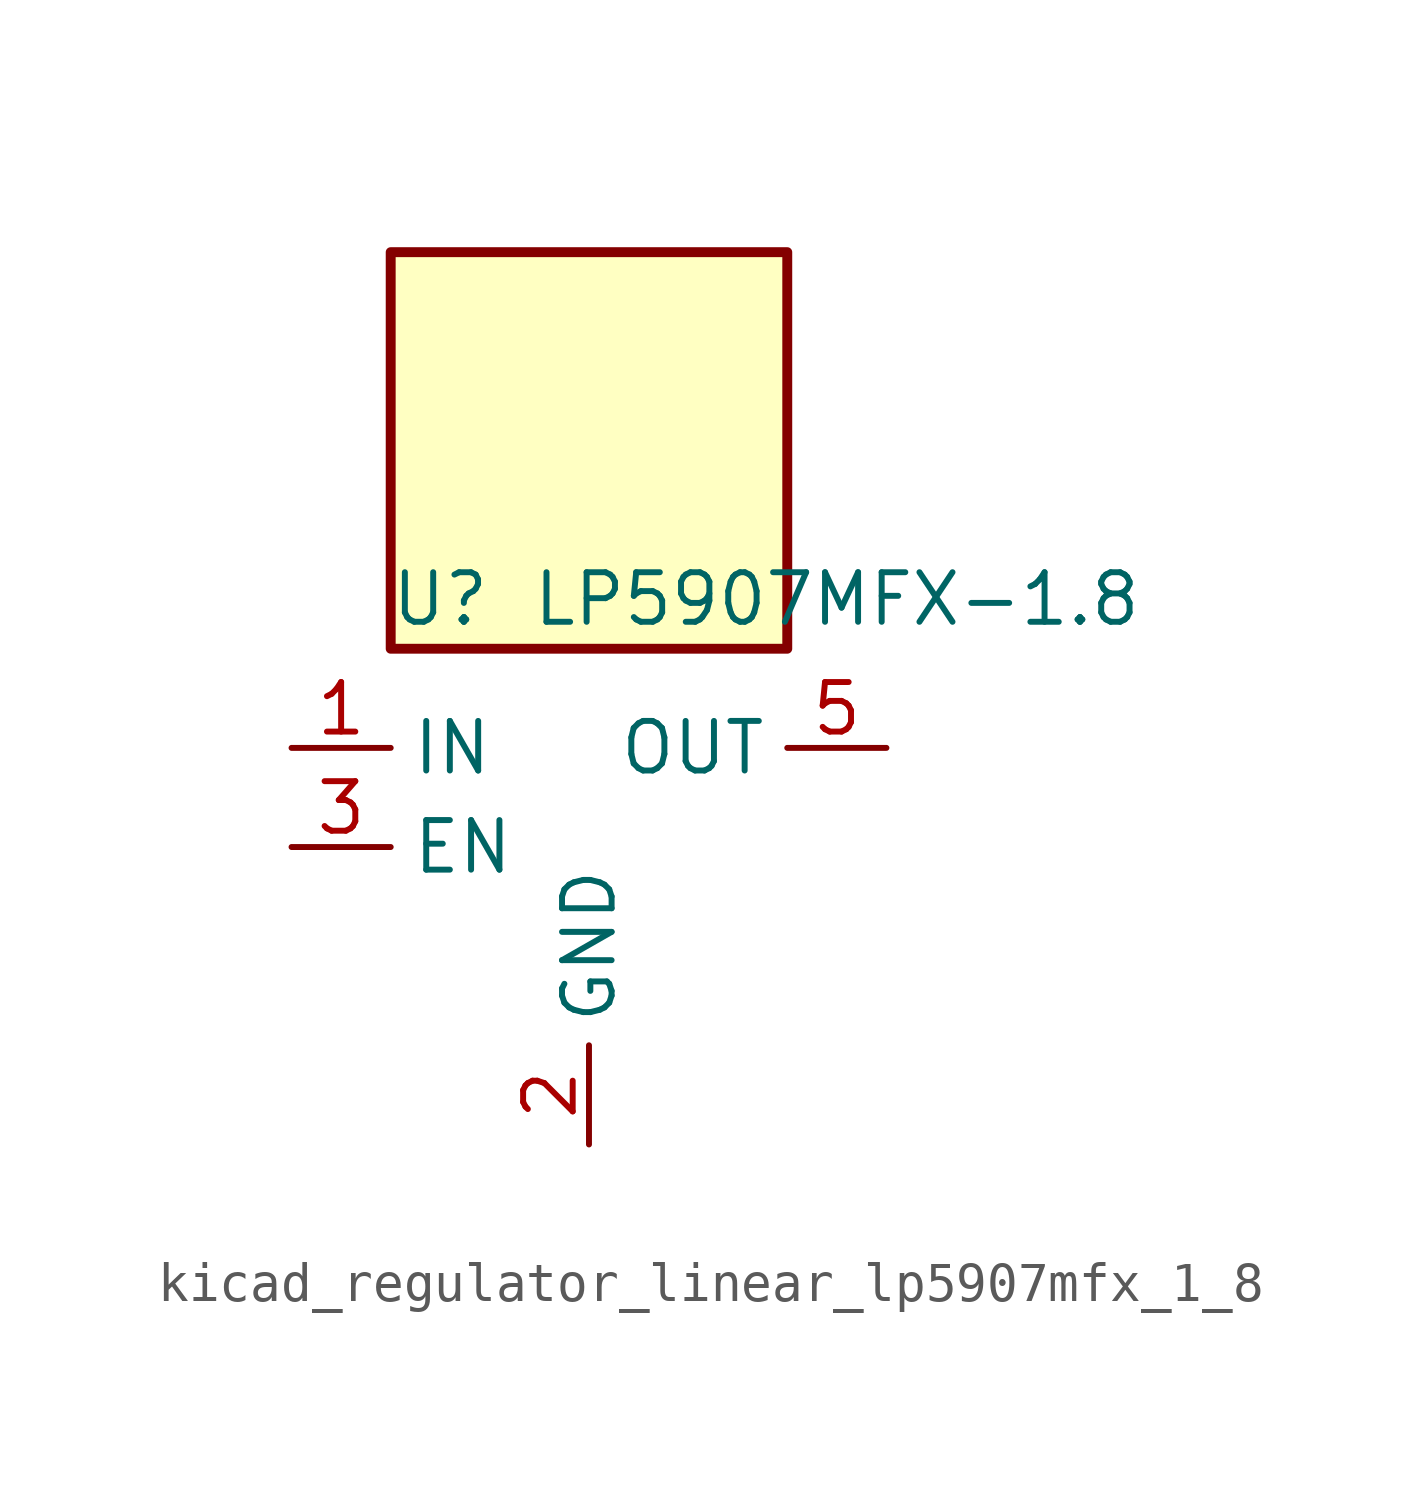
<source format=kicad_sym>
(kicad_symbol_lib
  (version 20220914)
  (generator kicad_symbol_editor)
  (symbol "kicad_regulator_linear_lp5907mfx_1_8"
    (property "Reference" "U"
      (at -3.81 6.35 0)
      (effects (font (size 1.27 1.27))))
    (property "Value" "LP5907MFX-1.8"
      (at 6.35 6.35 0)
      (effects (font (size 1.27 1.27))))
    (symbol "kicad_regulator_linear_lp5907mfx_1_8_0_1"
      (rectangle (start 5.08 15.24) (end -5.08 5.08) (stroke (width 0.254) (type default)) (fill (type background)))
      (pin power_in line (at -7.62 2.54 0) (length 2.54) (name "IN" (effects (font (size 1.27 1.27)))) (number "1" (effects (font (size 1.27 1.27)))))
      (pin power_in line (at 0 -7.62 90) (length 2.54) (name "GND" (effects (font (size 1.27 1.27)))) (number "2" (effects (font (size 1.27 1.27)))))
      (pin input line (at -7.62 0 0) (length 2.54) (name "EN" (effects (font (size 1.27 1.27)))) (number "3" (effects (font (size 1.27 1.27)))))
      (pin no_connect line (at 5.08 0 180) (length 2.54) hide (name "NC" (effects (font (size 1.27 1.27)))) (number "4" (effects (font (size 1.27 1.27)))))
      (pin power_out line (at 7.62 2.54 180) (length 2.54) (name "OUT" (effects (font (size 1.27 1.27)))) (number "5" (effects (font (size 1.27 1.27))))))))
</source>
